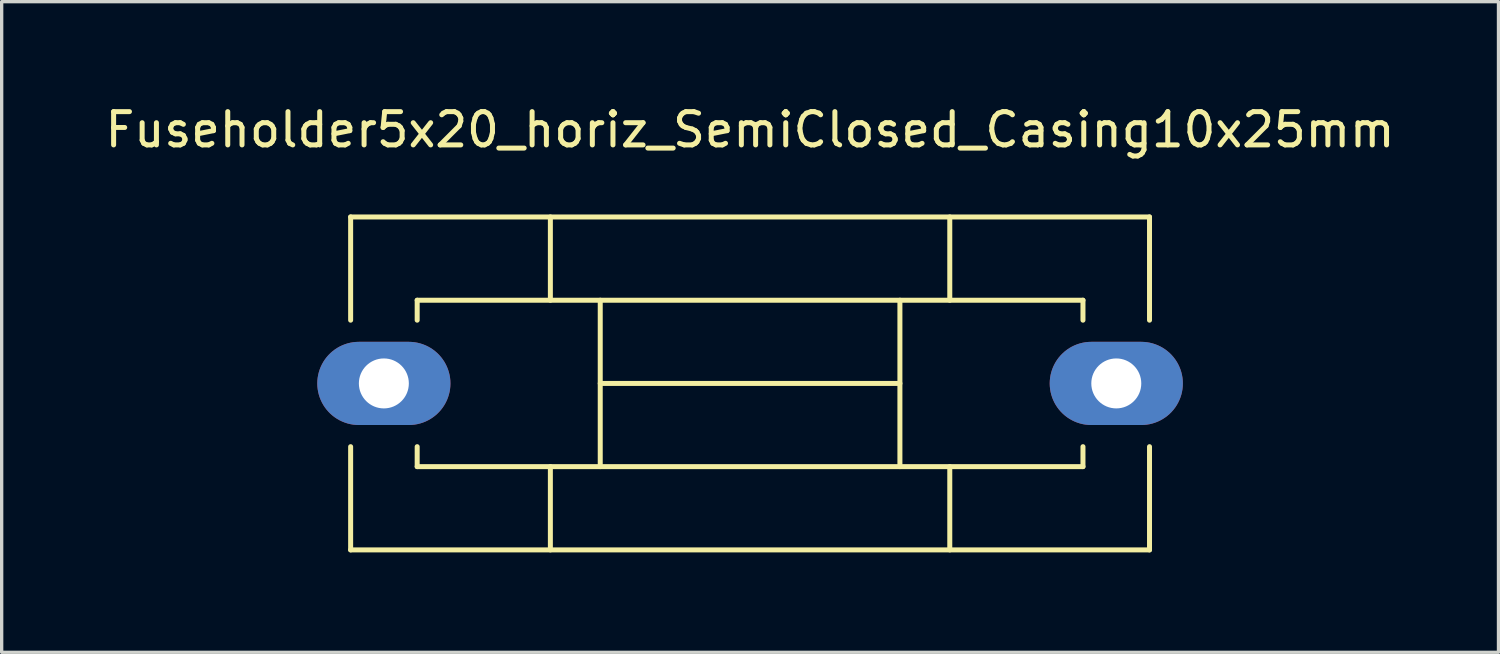
<source format=kicad_pcb>
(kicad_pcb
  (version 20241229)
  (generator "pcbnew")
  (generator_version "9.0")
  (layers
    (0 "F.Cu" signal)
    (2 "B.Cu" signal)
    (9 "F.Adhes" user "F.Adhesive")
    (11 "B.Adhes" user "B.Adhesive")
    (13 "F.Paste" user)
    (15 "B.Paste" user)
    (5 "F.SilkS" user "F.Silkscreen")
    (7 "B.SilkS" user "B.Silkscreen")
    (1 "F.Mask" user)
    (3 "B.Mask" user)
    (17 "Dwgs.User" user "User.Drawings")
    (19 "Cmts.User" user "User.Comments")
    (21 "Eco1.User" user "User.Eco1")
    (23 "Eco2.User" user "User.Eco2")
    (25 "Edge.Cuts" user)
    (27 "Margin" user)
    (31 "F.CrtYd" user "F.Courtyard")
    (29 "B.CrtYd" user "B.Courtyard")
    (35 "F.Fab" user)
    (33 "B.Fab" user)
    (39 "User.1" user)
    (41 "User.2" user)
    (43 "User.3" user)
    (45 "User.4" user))
  (footprint "Fuseholder5x20_horiz_SemiClosed_Casing10x25mm"
    (layer "F.Cu")
    (at 19.482 8.468)
    (property "Reference" "Fuseholder5x20_horiz_SemiClosed_Casing10x25mm" (at 0 -7.62 0) (layer "F.SilkS") (effects (font (size 1 1) (thickness 0.15))))
    (attr through_hole)
    (fp_line (start -11.999 -5.001) (end -11.999 -1.9) (stroke (width 0.15) (type solid)) (layer "F.SilkS"))
    (fp_line (start -11.999 1.9) (end -11.999 5.001) (stroke (width 0.15) (type solid)) (layer "F.SilkS"))
    (fp_line (start -11.999 5.001) (end 11.999 5.001) (stroke (width 0.15) (type solid)) (layer "F.SilkS"))
    (fp_line (start -10 -2.499) (end -10 -1.9) (stroke (width 0.15) (type solid)) (layer "F.SilkS"))
    (fp_line (start -10 1.9) (end -10 2.499) (stroke (width 0.15) (type solid)) (layer "F.SilkS"))
    (fp_line (start -10 2.499) (end 10 2.499) (stroke (width 0.15) (type solid)) (layer "F.SilkS"))
    (fp_line (start -5.999 -2.499) (end -5.999 -5.001) (stroke (width 0.15) (type solid)) (layer "F.SilkS"))
    (fp_line (start -5.999 5.001) (end -5.999 2.499) (stroke (width 0.15) (type solid)) (layer "F.SilkS"))
    (fp_line (start -4.501 -2.499) (end -4.501 2.499) (stroke (width 0.15) (type solid)) (layer "F.SilkS"))
    (fp_line (start -4.501 0) (end 4.501 0) (stroke (width 0.15) (type solid)) (layer "F.SilkS"))
    (fp_line (start 4.501 -2.499) (end 4.501 2.499) (stroke (width 0.15) (type solid)) (layer "F.SilkS"))
    (fp_line (start 5.999 -5.001) (end 5.999 -2.499) (stroke (width 0.15) (type solid)) (layer "F.SilkS"))
    (fp_line (start 5.999 5.001) (end 5.999 2.499) (stroke (width 0.15) (type solid)) (layer "F.SilkS"))
    (fp_line (start 10 -2.499) (end -10 -2.499) (stroke (width 0.15) (type solid)) (layer "F.SilkS"))
    (fp_line (start 10 -1.9) (end 10 -2.499) (stroke (width 0.15) (type solid)) (layer "F.SilkS"))
    (fp_line (start 10 2.499) (end 10 1.9) (stroke (width 0.15) (type solid)) (layer "F.SilkS"))
    (fp_line (start 11.999 -5.001) (end -11.999 -5.001) (stroke (width 0.15) (type solid)) (layer "F.SilkS"))
    (fp_line (start 11.999 -1.9) (end 11.999 -5.001) (stroke (width 0.15) (type solid)) (layer "F.SilkS"))
    (fp_line (start 11.999 5.001) (end 11.999 1.9) (stroke (width 0.15) (type solid)) (layer "F.SilkS"))
    (pad "1" thru_hole oval (at -11.001 0 270) (size 2.499 4) (drill 1.501) (layers "*.Cu" "*.Mask"))
    (pad "2" thru_hole oval (at 11.001 0 270) (size 2.499 4) (drill 1.501) (layers "*.Cu" "*.Mask")))
  (gr_rect
    (start -3 -3)
    (end 41.964 16.545)
    (stroke (width 0.1) (type default))
    (fill no)
    (layer "Edge.Cuts")))
</source>
